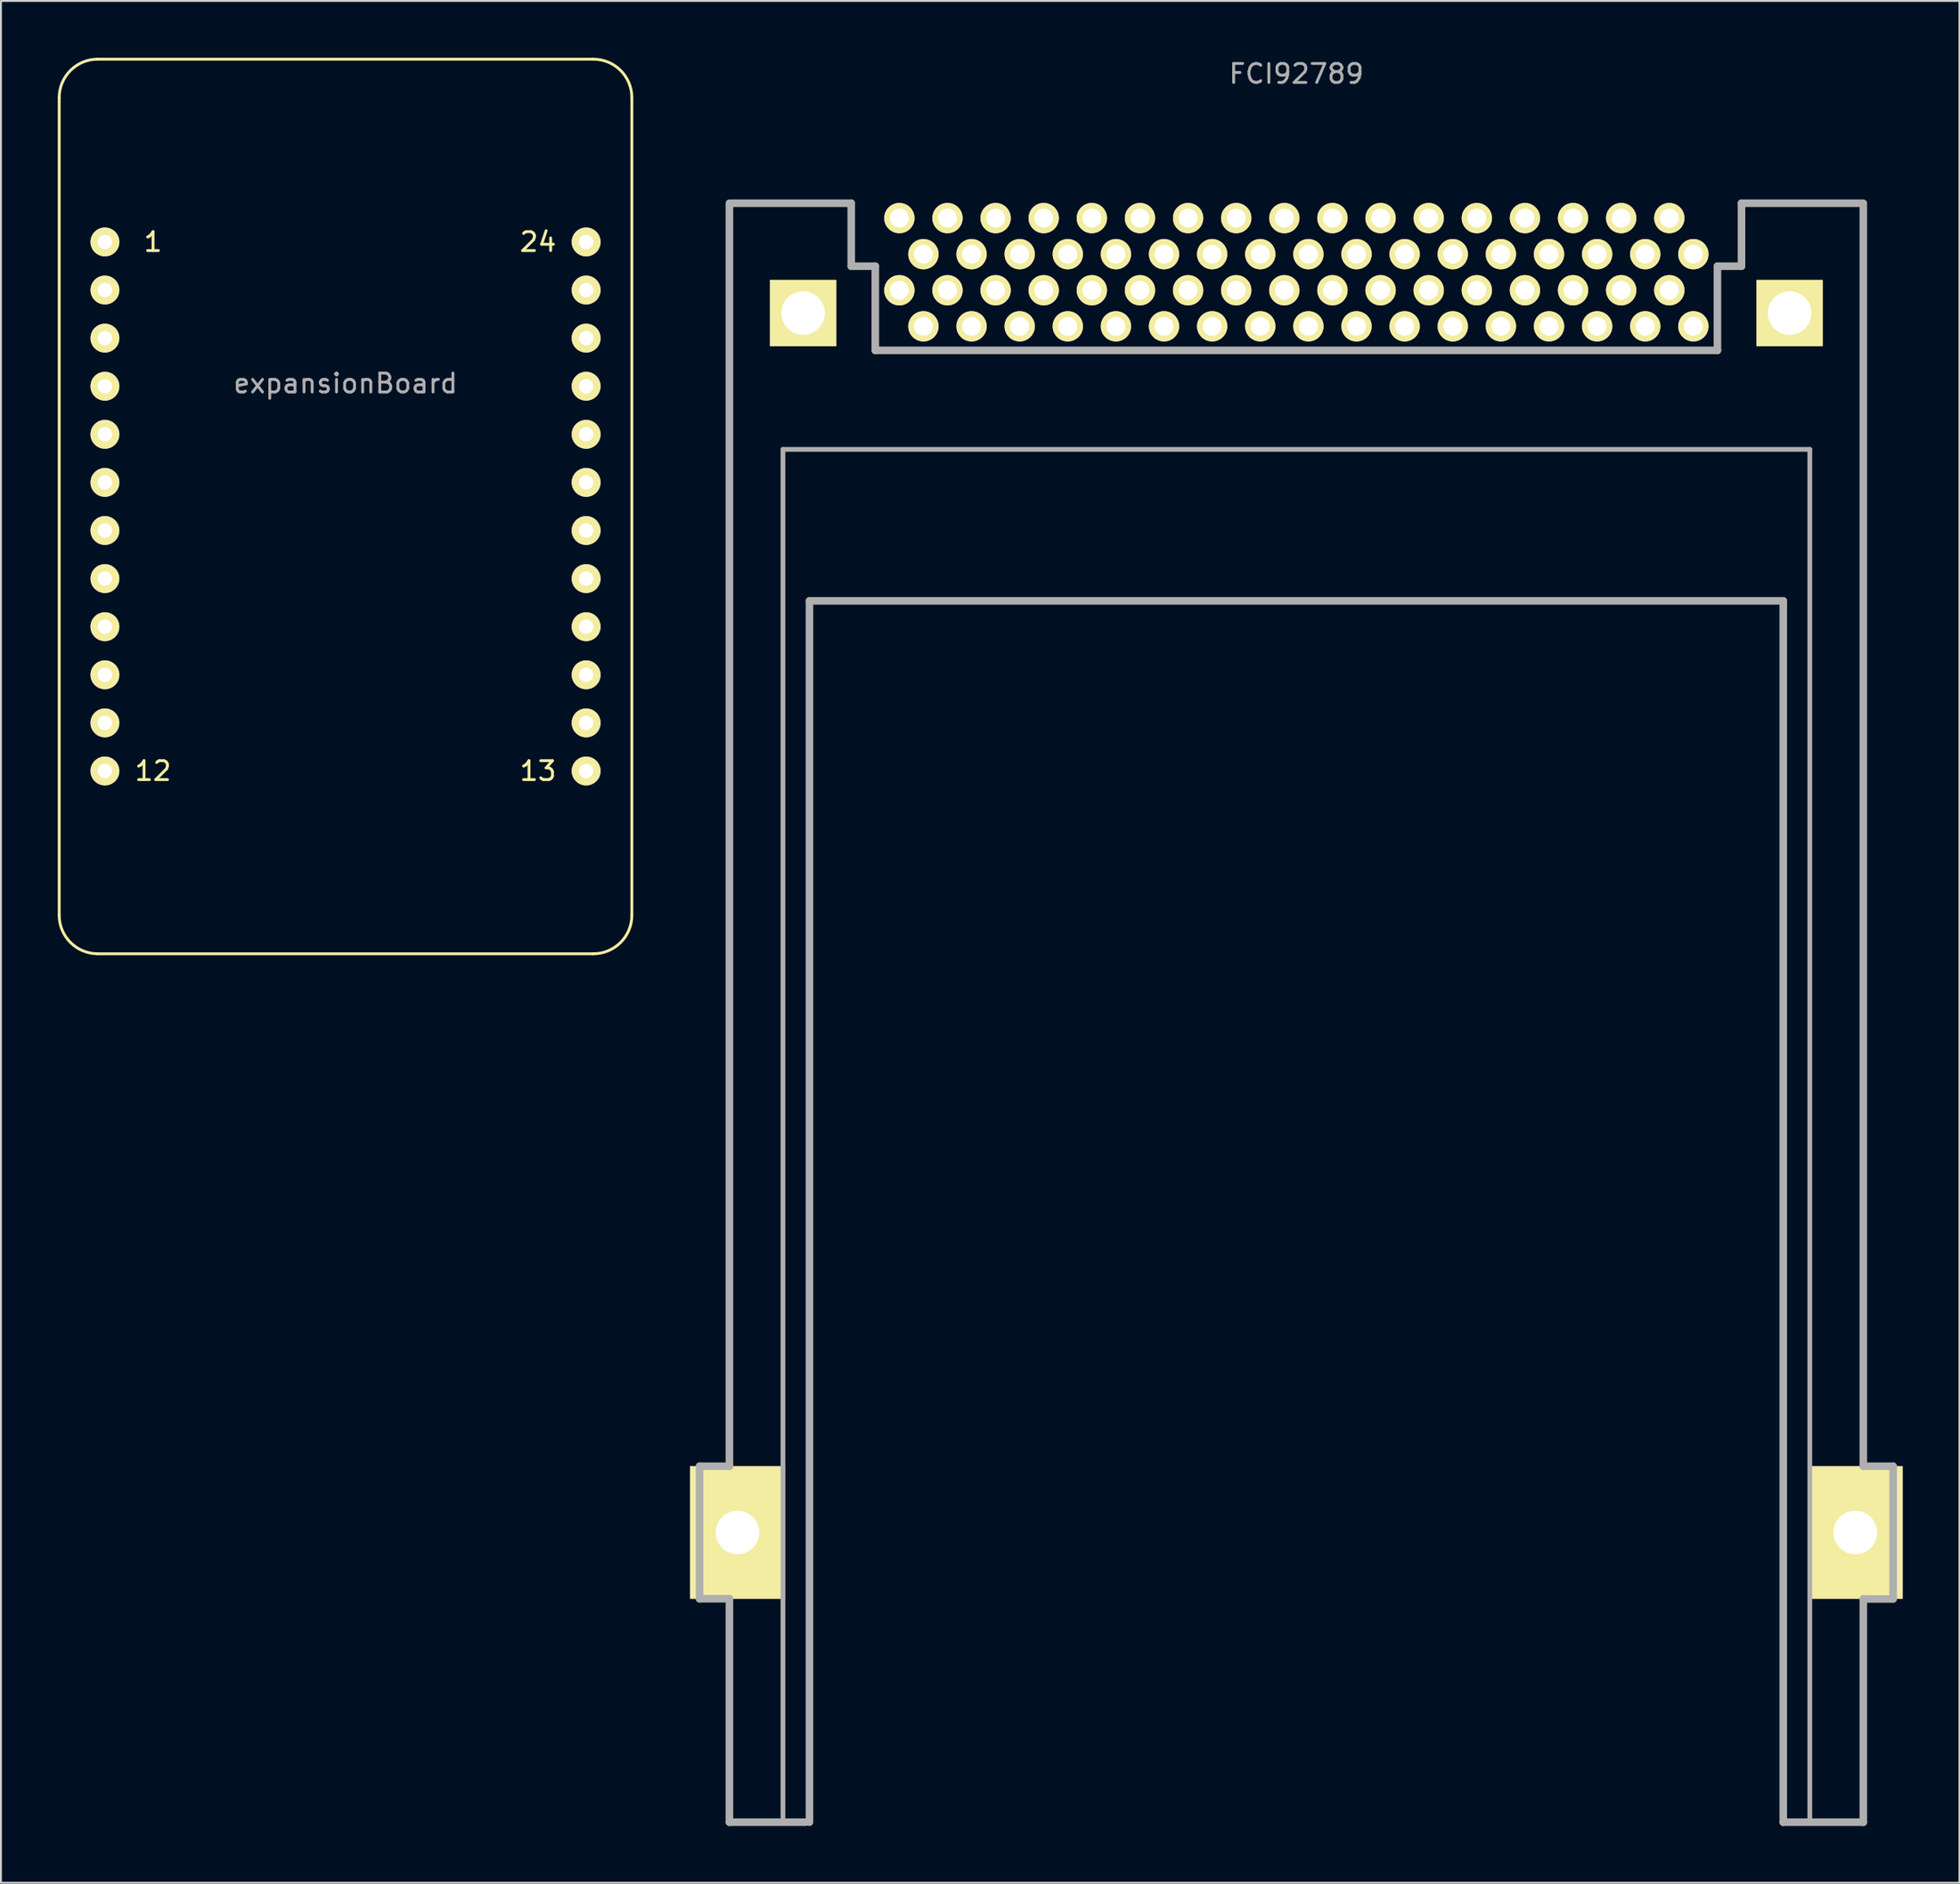
<source format=kicad_pcb>
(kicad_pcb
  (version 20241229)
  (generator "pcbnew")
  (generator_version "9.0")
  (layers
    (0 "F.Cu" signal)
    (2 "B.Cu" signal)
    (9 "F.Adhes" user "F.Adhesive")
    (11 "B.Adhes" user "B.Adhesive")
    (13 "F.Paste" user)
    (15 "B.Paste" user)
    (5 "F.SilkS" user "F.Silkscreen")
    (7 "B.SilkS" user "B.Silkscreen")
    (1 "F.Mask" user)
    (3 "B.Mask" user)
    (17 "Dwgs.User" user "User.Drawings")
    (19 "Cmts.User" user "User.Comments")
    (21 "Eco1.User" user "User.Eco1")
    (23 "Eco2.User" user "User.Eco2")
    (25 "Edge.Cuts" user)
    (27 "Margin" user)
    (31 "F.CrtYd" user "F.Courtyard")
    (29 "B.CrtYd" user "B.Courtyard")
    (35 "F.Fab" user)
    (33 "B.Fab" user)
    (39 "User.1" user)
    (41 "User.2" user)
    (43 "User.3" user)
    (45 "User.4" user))
  (footprint "expansionBoard"
    (layer "F.Cu")
    (at 15.188 23.697)
    (property "Reference" "expansionBoard" (at 0 -6.5 0) (layer "F.Fab") (effects (font (size 1 1) (thickness 0.15))))
    (attr through_hole)
    (fp_line (start -15.113 -21.59) (end -15.113 21.59) (stroke (width 0.15) (type solid)) (layer "F.SilkS"))
    (fp_line (start -13.081 -23.622) (end 13.081 -23.622) (stroke (width 0.15) (type solid)) (layer "F.SilkS"))
    (fp_line (start -13.081 23.622) (end 13.081 23.622) (stroke (width 0.15) (type solid)) (layer "F.SilkS"))
    (fp_line (start 15.113 -21.59) (end 15.113 21.59) (stroke (width 0.15) (type solid)) (layer "F.SilkS"))
    (fp_arc (start -15.113 -21.59) (mid -14.517841 -23.026841) (end -13.081 -23.622) (stroke (width 0.15) (type solid)) (layer "F.SilkS"))
    (fp_arc (start -13.081 23.622) (mid -14.517841 23.026841) (end -15.113 21.59) (stroke (width 0.15) (type solid)) (layer "F.SilkS"))
    (fp_arc (start 13.081 -23.622) (mid 14.517841 -23.026841) (end 15.113 -21.59) (stroke (width 0.15) (type solid)) (layer "F.SilkS"))
    (fp_arc (start 15.113 21.59) (mid 14.517841 23.026841) (end 13.081 23.622) (stroke (width 0.15) (type solid)) (layer "F.SilkS"))
    (fp_text user "12" (at -10.16 13.97 0) (layer "F.SilkS") (effects (font (size 1 1) (thickness 0.15))))
    (fp_text user "1" (at -10.16 -13.97 0) (layer "F.SilkS") (effects (font (size 1 1) (thickness 0.15))))
    (fp_text user "13" (at 10.16 13.97 0) (layer "F.SilkS") (effects (font (size 1 1) (thickness 0.15))))
    (fp_text user "24" (at 10.16 -13.97 0) (layer "F.SilkS") (effects (font (size 1 1) (thickness 0.15))))
    (pad "1" thru_hole circle (at -12.7 -13.97) (size 1.524 1.524) (drill 0.762) (layers "*.Cu" "*.Mask" "F.SilkS"))
    (pad "2" thru_hole circle (at -12.7 -11.43) (size 1.524 1.524) (drill 0.762) (layers "*.Cu" "*.Mask" "F.SilkS"))
    (pad "3" thru_hole circle (at -12.7 -8.89) (size 1.524 1.524) (drill 0.762) (layers "*.Cu" "*.Mask" "F.SilkS"))
    (pad "4" thru_hole circle (at -12.7 -6.35) (size 1.524 1.524) (drill 0.762) (layers "*.Cu" "*.Mask" "F.SilkS"))
    (pad "5" thru_hole circle (at -12.7 -3.81) (size 1.524 1.524) (drill 0.762) (layers "*.Cu" "*.Mask" "F.SilkS"))
    (pad "6" thru_hole circle (at -12.7 -1.27) (size 1.524 1.524) (drill 0.762) (layers "*.Cu" "*.Mask" "F.SilkS"))
    (pad "7" thru_hole circle (at -12.7 1.27) (size 1.524 1.524) (drill 0.762) (layers "*.Cu" "*.Mask" "F.SilkS"))
    (pad "8" thru_hole circle (at -12.7 3.81) (size 1.524 1.524) (drill 0.762) (layers "*.Cu" "*.Mask" "F.SilkS"))
    (pad "9" thru_hole circle (at -12.7 6.35) (size 1.524 1.524) (drill 0.762) (layers "*.Cu" "*.Mask" "F.SilkS"))
    (pad "10" thru_hole circle (at -12.7 8.89) (size 1.524 1.524) (drill 0.762) (layers "*.Cu" "*.Mask" "F.SilkS"))
    (pad "11" thru_hole circle (at -12.7 11.43) (size 1.524 1.524) (drill 0.762) (layers "*.Cu" "*.Mask" "F.SilkS"))
    (pad "12" thru_hole circle (at -12.7 13.97) (size 1.524 1.524) (drill 0.762) (layers "*.Cu" "*.Mask" "F.SilkS"))
    (pad "13" thru_hole circle (at 12.7 13.97) (size 1.524 1.524) (drill 0.762) (layers "*.Cu" "*.Mask" "F.SilkS"))
    (pad "14" thru_hole circle (at 12.7 11.43) (size 1.524 1.524) (drill 0.762) (layers "*.Cu" "*.Mask" "F.SilkS"))
    (pad "15" thru_hole circle (at 12.7 8.89) (size 1.524 1.524) (drill 0.762) (layers "*.Cu" "*.Mask" "F.SilkS"))
    (pad "16" thru_hole circle (at 12.7 6.35) (size 1.524 1.524) (drill 0.762) (layers "*.Cu" "*.Mask" "F.SilkS"))
    (pad "17" thru_hole circle (at 12.7 3.81) (size 1.524 1.524) (drill 0.762) (layers "*.Cu" "*.Mask" "F.SilkS"))
    (pad "18" thru_hole circle (at 12.7 1.27) (size 1.524 1.524) (drill 0.762) (layers "*.Cu" "*.Mask" "F.SilkS"))
    (pad "19" thru_hole circle (at 12.7 -1.27) (size 1.524 1.524) (drill 0.762) (layers "*.Cu" "*.Mask" "F.SilkS"))
    (pad "20" thru_hole circle (at 12.7 -3.81) (size 1.524 1.524) (drill 0.762) (layers "*.Cu" "*.Mask" "F.SilkS"))
    (pad "21" thru_hole circle (at 12.7 -6.35) (size 1.524 1.524) (drill 0.762) (layers "*.Cu" "*.Mask" "F.SilkS"))
    (pad "22" thru_hole circle (at 12.7 -8.89) (size 1.524 1.524) (drill 0.762) (layers "*.Cu" "*.Mask" "F.SilkS"))
    (pad "23" thru_hole circle (at 12.7 -11.43) (size 1.524 1.524) (drill 0.762) (layers "*.Cu" "*.Mask" "F.SilkS"))
    (pad "24" thru_hole circle (at 12.7 -13.97) (size 1.524 1.524) (drill 0.762) (layers "*.Cu" "*.Mask" "F.SilkS")))
  (footprint "FCI92789"
    (layer "F.Cu")
    (at 65.376 8.468)
    (property "Reference" "FCI92789" (at 0 -7.62 0) (layer "F.Fab") (effects (font (size 1 1) (thickness 0.15))))
    (attr through_hole)
    (fp_line (start -31.5 65.915) (end -31.5 72.915) (stroke (width 0.4) (type solid)) (layer "F.Fab"))
    (fp_line (start -29.925 -0.785) (end -29.925 65.915) (stroke (width 0.4) (type solid)) (layer "F.Fab"))
    (fp_line (start -29.925 65.915) (end -31.5 65.915) (stroke (width 0.4) (type solid)) (layer "F.Fab"))
    (fp_line (start -29.925 72.915) (end -31.5 72.915) (stroke (width 0.4) (type solid)) (layer "F.Fab"))
    (fp_line (start -29.925 72.915) (end -29.925 84.715) (stroke (width 0.4) (type solid)) (layer "F.Fab"))
    (fp_line (start -29.925 84.715) (end -25.9 84.715) (stroke (width 0.4) (type solid)) (layer "F.Fab"))
    (fp_line (start -29.845 -0.785) (end -23.495 -0.785) (stroke (width 0.4) (type solid)) (layer "F.Fab"))
    (fp_line (start -27.1 12.215) (end -27.1 84.715) (stroke (width 0.25) (type solid)) (layer "F.Fab"))
    (fp_line (start -27.1 12.215) (end 27.1 12.215) (stroke (width 0.25) (type solid)) (layer "F.Fab"))
    (fp_line (start -25.7 20.215) (end 25.7 20.215) (stroke (width 0.4) (type solid)) (layer "F.Fab"))
    (fp_line (start -25.7 84.715) (end -25.7 20.215) (stroke (width 0.4) (type solid)) (layer "F.Fab"))
    (fp_line (start -23.495 2.54) (end -23.495 -0.785) (stroke (width 0.4) (type solid)) (layer "F.Fab"))
    (fp_line (start -22.225 2.54) (end -23.495 2.54) (stroke (width 0.4) (type solid)) (layer "F.Fab"))
    (fp_line (start -22.225 6.985) (end -22.225 2.54) (stroke (width 0.4) (type solid)) (layer "F.Fab"))
    (fp_line (start 22.225 2.54) (end 23.495 2.54) (stroke (width 0.4) (type solid)) (layer "F.Fab"))
    (fp_line (start 22.225 6.985) (end -22.225 6.985) (stroke (width 0.4) (type solid)) (layer "F.Fab"))
    (fp_line (start 22.225 6.985) (end 22.225 2.54) (stroke (width 0.4) (type solid)) (layer "F.Fab"))
    (fp_line (start 23.495 -0.785) (end 29.845 -0.785) (stroke (width 0.4) (type solid)) (layer "F.Fab"))
    (fp_line (start 23.495 2.54) (end 23.495 -0.785) (stroke (width 0.4) (type solid)) (layer "F.Fab"))
    (fp_line (start 25.7 84.715) (end 25.7 20.215) (stroke (width 0.4) (type solid)) (layer "F.Fab"))
    (fp_line (start 25.7 84.715) (end 29.925 84.715) (stroke (width 0.4) (type solid)) (layer "F.Fab"))
    (fp_line (start 27.1 12.215) (end 27.1 84.715) (stroke (width 0.25) (type solid)) (layer "F.Fab"))
    (fp_line (start 29.925 -0.785) (end 29.925 65.915) (stroke (width 0.4) (type solid)) (layer "F.Fab"))
    (fp_line (start 29.925 65.915) (end 31.5 65.915) (stroke (width 0.4) (type solid)) (layer "F.Fab"))
    (fp_line (start 29.925 72.915) (end 29.925 84.715) (stroke (width 0.4) (type solid)) (layer "F.Fab"))
    (fp_line (start 29.925 72.925) (end 31.5 72.925) (stroke (width 0.4) (type solid)) (layer "F.Fab"))
    (fp_line (start 31.5 65.915) (end 31.5 72.915) (stroke (width 0.4) (type solid)) (layer "F.Fab"))
    (pad "1" thru_hole circle (at -20.955 0) (size 1.6 1.6) (drill 1) (layers "*.Cu" "*.Mask" "F.SilkS"))
    (pad "2" thru_hole circle (at -18.415 0) (size 1.6 1.6) (drill 1) (layers "*.Cu" "*.Mask" "F.SilkS"))
    (pad "3" thru_hole circle (at -15.875 0) (size 1.6 1.6) (drill 1) (layers "*.Cu" "*.Mask" "F.SilkS"))
    (pad "4" thru_hole circle (at -13.335 0) (size 1.6 1.6) (drill 1) (layers "*.Cu" "*.Mask" "F.SilkS"))
    (pad "5" thru_hole circle (at -10.795 0) (size 1.6 1.6) (drill 1) (layers "*.Cu" "*.Mask" "F.SilkS"))
    (pad "6" thru_hole circle (at -8.255 0) (size 1.6 1.6) (drill 1) (layers "*.Cu" "*.Mask" "F.SilkS"))
    (pad "7" thru_hole circle (at -5.715 0) (size 1.6 1.6) (drill 1) (layers "*.Cu" "*.Mask" "F.SilkS"))
    (pad "8" thru_hole circle (at -3.175 0) (size 1.6 1.6) (drill 1) (layers "*.Cu" "*.Mask" "F.SilkS"))
    (pad "9" thru_hole circle (at -0.635 0) (size 1.6 1.6) (drill 1) (layers "*.Cu" "*.Mask" "F.SilkS"))
    (pad "10" thru_hole circle (at 1.905 0) (size 1.6 1.6) (drill 1) (layers "*.Cu" "*.Mask" "F.SilkS"))
    (pad "11" thru_hole circle (at 4.445 0) (size 1.6 1.6) (drill 1) (layers "*.Cu" "*.Mask" "F.SilkS"))
    (pad "12" thru_hole circle (at 6.985 0) (size 1.6 1.6) (drill 1) (layers "*.Cu" "*.Mask" "F.SilkS"))
    (pad "13" thru_hole circle (at 9.525 0) (size 1.6 1.6) (drill 1) (layers "*.Cu" "*.Mask" "F.SilkS"))
    (pad "14" thru_hole circle (at 12.065 0) (size 1.6 1.6) (drill 1) (layers "*.Cu" "*.Mask" "F.SilkS"))
    (pad "15" thru_hole circle (at 14.605 0) (size 1.6 1.6) (drill 1) (layers "*.Cu" "*.Mask" "F.SilkS"))
    (pad "16" thru_hole circle (at 17.145 0) (size 1.6 1.6) (drill 1) (layers "*.Cu" "*.Mask" "F.SilkS"))
    (pad "17" thru_hole circle (at 19.685 0) (size 1.6 1.6) (drill 1) (layers "*.Cu" "*.Mask" "F.SilkS"))
    (pad "18" thru_hole circle (at -19.685 1.905) (size 1.6 1.6) (drill 1) (layers "*.Cu" "*.Mask" "F.SilkS"))
    (pad "19" thru_hole circle (at -17.145 1.905) (size 1.6 1.6) (drill 1) (layers "*.Cu" "*.Mask" "F.SilkS"))
    (pad "20" thru_hole circle (at -14.605 1.905) (size 1.6 1.6) (drill 1) (layers "*.Cu" "*.Mask" "F.SilkS"))
    (pad "21" thru_hole circle (at -12.065 1.905) (size 1.6 1.6) (drill 1) (layers "*.Cu" "*.Mask" "F.SilkS"))
    (pad "22" thru_hole circle (at -9.525 1.905) (size 1.6 1.6) (drill 1) (layers "*.Cu" "*.Mask" "F.SilkS"))
    (pad "23" thru_hole circle (at -6.985 1.905) (size 1.6 1.6) (drill 1) (layers "*.Cu" "*.Mask" "F.SilkS"))
    (pad "24" thru_hole circle (at -4.445 1.905) (size 1.6 1.6) (drill 1) (layers "*.Cu" "*.Mask" "F.SilkS"))
    (pad "25" thru_hole circle (at -1.905 1.905) (size 1.6 1.6) (drill 1) (layers "*.Cu" "*.Mask" "F.SilkS"))
    (pad "26" thru_hole circle (at 0.635 1.905) (size 1.6 1.6) (drill 1) (layers "*.Cu" "*.Mask" "F.SilkS"))
    (pad "27" thru_hole circle (at 3.175 1.905) (size 1.6 1.6) (drill 1) (layers "*.Cu" "*.Mask" "F.SilkS"))
    (pad "28" thru_hole circle (at 5.715 1.905) (size 1.6 1.6) (drill 1) (layers "*.Cu" "*.Mask" "F.SilkS"))
    (pad "29" thru_hole circle (at 8.255 1.905) (size 1.6 1.6) (drill 1) (layers "*.Cu" "*.Mask" "F.SilkS"))
    (pad "30" thru_hole circle (at 10.795 1.905) (size 1.6 1.6) (drill 1) (layers "*.Cu" "*.Mask" "F.SilkS"))
    (pad "31" thru_hole circle (at 13.335 1.905) (size 1.6 1.6) (drill 1) (layers "*.Cu" "*.Mask" "F.SilkS"))
    (pad "32" thru_hole circle (at 15.875 1.905) (size 1.6 1.6) (drill 1) (layers "*.Cu" "*.Mask" "F.SilkS"))
    (pad "33" thru_hole circle (at 18.415 1.905) (size 1.6 1.6) (drill 1) (layers "*.Cu" "*.Mask" "F.SilkS"))
    (pad "34" thru_hole circle (at 20.955 1.905) (size 1.6 1.6) (drill 1) (layers "*.Cu" "*.Mask" "F.SilkS"))
    (pad "35" thru_hole circle (at -20.955 3.81) (size 1.6 1.6) (drill 1) (layers "*.Cu" "*.Mask" "F.SilkS"))
    (pad "36" thru_hole circle (at -18.415 3.81) (size 1.6 1.6) (drill 1) (layers "*.Cu" "*.Mask" "F.SilkS"))
    (pad "37" thru_hole circle (at -15.875 3.81) (size 1.6 1.6) (drill 1) (layers "*.Cu" "*.Mask" "F.SilkS"))
    (pad "38" thru_hole circle (at -13.335 3.81) (size 1.6 1.6) (drill 1) (layers "*.Cu" "*.Mask" "F.SilkS"))
    (pad "39" thru_hole circle (at -10.795 3.81) (size 1.6 1.6) (drill 1) (layers "*.Cu" "*.Mask" "F.SilkS"))
    (pad "40" thru_hole circle (at -8.255 3.81) (size 1.6 1.6) (drill 1) (layers "*.Cu" "*.Mask" "F.SilkS"))
    (pad "41" thru_hole circle (at -5.715 3.81) (size 1.6 1.6) (drill 1) (layers "*.Cu" "*.Mask" "F.SilkS"))
    (pad "42" thru_hole circle (at -3.175 3.81) (size 1.6 1.6) (drill 1) (layers "*.Cu" "*.Mask" "F.SilkS"))
    (pad "43" thru_hole circle (at -0.635 3.81) (size 1.6 1.6) (drill 1) (layers "*.Cu" "*.Mask" "F.SilkS"))
    (pad "44" thru_hole circle (at 1.905 3.81) (size 1.6 1.6) (drill 1) (layers "*.Cu" "*.Mask" "F.SilkS"))
    (pad "45" thru_hole circle (at 4.445 3.81) (size 1.6 1.6) (drill 1) (layers "*.Cu" "*.Mask" "F.SilkS"))
    (pad "46" thru_hole circle (at 6.985 3.81) (size 1.6 1.6) (drill 1) (layers "*.Cu" "*.Mask" "F.SilkS"))
    (pad "47" thru_hole circle (at 9.525 3.81) (size 1.6 1.6) (drill 1) (layers "*.Cu" "*.Mask" "F.SilkS"))
    (pad "48" thru_hole circle (at 12.065 3.81) (size 1.6 1.6) (drill 1) (layers "*.Cu" "*.Mask" "F.SilkS"))
    (pad "49" thru_hole circle (at 14.605 3.81) (size 1.6 1.6) (drill 1) (layers "*.Cu" "*.Mask" "F.SilkS"))
    (pad "50" thru_hole circle (at 17.145 3.81) (size 1.6 1.6) (drill 1) (layers "*.Cu" "*.Mask" "F.SilkS"))
    (pad "51" thru_hole circle (at 19.685 3.81) (size 1.6 1.6) (drill 1) (layers "*.Cu" "*.Mask" "F.SilkS"))
    (pad "52" thru_hole circle (at -19.685 5.715) (size 1.6 1.6) (drill 1) (layers "*.Cu" "*.Mask" "F.SilkS"))
    (pad "53" thru_hole circle (at -17.145 5.715) (size 1.6 1.6) (drill 1) (layers "*.Cu" "*.Mask" "F.SilkS"))
    (pad "54" thru_hole circle (at -14.605 5.715) (size 1.6 1.6) (drill 1) (layers "*.Cu" "*.Mask" "F.SilkS"))
    (pad "55" thru_hole circle (at -12.065 5.715) (size 1.6 1.6) (drill 1) (layers "*.Cu" "*.Mask" "F.SilkS"))
    (pad "56" thru_hole circle (at -9.525 5.715) (size 1.6 1.6) (drill 1) (layers "*.Cu" "*.Mask" "F.SilkS"))
    (pad "57" thru_hole circle (at -6.985 5.715) (size 1.6 1.6) (drill 1) (layers "*.Cu" "*.Mask" "F.SilkS"))
    (pad "58" thru_hole circle (at -4.445 5.715) (size 1.6 1.6) (drill 1) (layers "*.Cu" "*.Mask" "F.SilkS"))
    (pad "59" thru_hole circle (at -1.905 5.715) (size 1.6 1.6) (drill 1) (layers "*.Cu" "*.Mask" "F.SilkS"))
    (pad "60" thru_hole circle (at 0.635 5.715) (size 1.6 1.6) (drill 1) (layers "*.Cu" "*.Mask" "F.SilkS"))
    (pad "61" thru_hole circle (at 3.175 5.715) (size 1.6 1.6) (drill 1) (layers "*.Cu" "*.Mask" "F.SilkS"))
    (pad "62" thru_hole circle (at 5.715 5.715) (size 1.6 1.6) (drill 1) (layers "*.Cu" "*.Mask" "F.SilkS"))
    (pad "63" thru_hole circle (at 8.255 5.715) (size 1.6 1.6) (drill 1) (layers "*.Cu" "*.Mask" "F.SilkS"))
    (pad "64" thru_hole circle (at 10.795 5.715) (size 1.6 1.6) (drill 1) (layers "*.Cu" "*.Mask" "F.SilkS"))
    (pad "65" thru_hole circle (at 13.335 5.715) (size 1.6 1.6) (drill 1) (layers "*.Cu" "*.Mask" "F.SilkS"))
    (pad "66" thru_hole circle (at 15.875 5.715) (size 1.6 1.6) (drill 1) (layers "*.Cu" "*.Mask" "F.SilkS"))
    (pad "67" thru_hole circle (at 18.415 5.715) (size 1.6 1.6) (drill 1) (layers "*.Cu" "*.Mask" "F.SilkS"))
    (pad "68" thru_hole circle (at 20.955 5.715) (size 1.6 1.6) (drill 1) (layers "*.Cu" "*.Mask" "F.SilkS"))
    (pad "S1" thru_hole rect (at 26.035 5.015) (size 3.5 3.5) (drill 2.3) (layers "*.Cu" "*.Mask" "F.SilkS"))
    (pad "S2" thru_hole rect (at -26.035 5.015) (size 3.5 3.5) (drill 2.3) (layers "*.Cu" "*.Mask" "F.SilkS"))
    (pad "S3" thru_hole rect (at 29.5 69.415) (size 5 7) (drill 2.3) (layers "*.Cu" "*.Mask" "F.SilkS"))
    (pad "S4" thru_hole rect (at -29.5 69.415) (size 5 7) (drill 2.3) (layers "*.Cu" "*.Mask" "F.SilkS")))
  (gr_rect
    (start -3 -3)
    (end 100.376 96.383)
    (stroke (width 0.1) (type default))
    (fill no)
    (layer "Edge.Cuts")))
</source>
